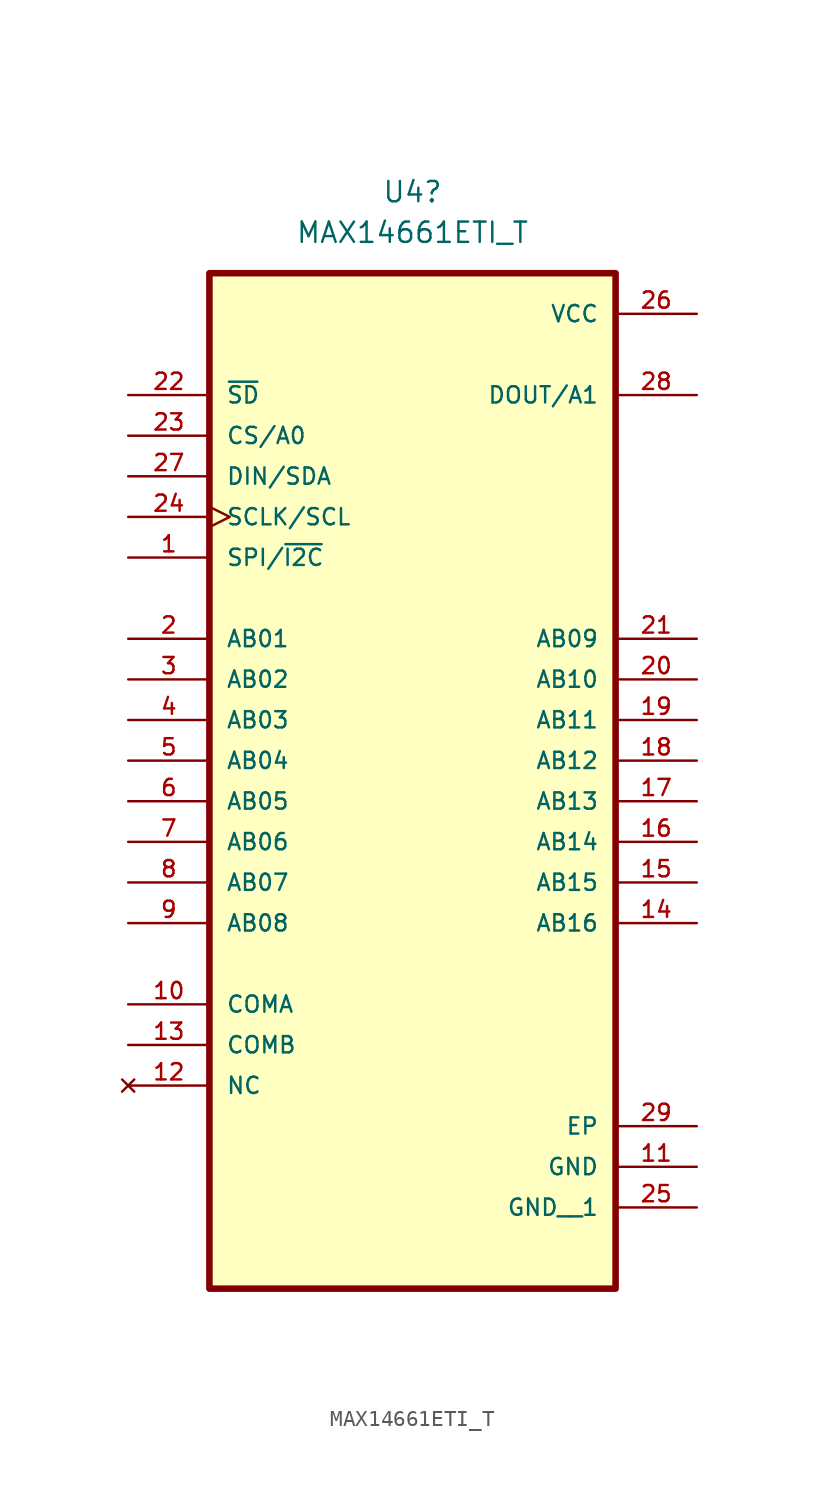
<source format=kicad_sym>
(kicad_symbol_lib
  (version 20231120)
  (generator "kicad_symbol_editor")
  (generator_version "8.0")
  (symbol "MAX14661ETI_T"
    (pin_names
      (offset 1.016))
    (property "Reference" "U4"
      (at 0 35.56 0)
      (effects (font (size 1.27 1.27))))
    (property "Value" "MAX14661ETI_T"
      (at 0 33.02 0)
      (effects (font (size 1.27 1.27))))
    (symbol "MAX14661ETI_T_0_0"
      (rectangle (start -12.7 -33.02) (end 12.7 30.48) (stroke (width 0.41) (type default)) (fill (type background)))
      (pin input line (at -17.78 12.7 0) (length 5.08) (name "SPI/~{I2C}" (effects (font (size 1.016 1.016)))) (number "1" (effects (font (size 1.016 1.016)))))
      (pin bidirectional line (at -17.78 -15.24 0) (length 5.08) (name "COMA" (effects (font (size 1.016 1.016)))) (number "10" (effects (font (size 1.016 1.016)))))
      (pin power_in line (at 17.78 -25.4 180) (length 5.08) (name "GND" (effects (font (size 1.016 1.016)))) (number "11" (effects (font (size 1.016 1.016)))))
      (pin bidirectional line (at -17.78 -17.78 0) (length 5.08) (name "COMB" (effects (font (size 1.016 1.016)))) (number "13" (effects (font (size 1.016 1.016)))))
      (pin bidirectional line (at 17.78 -10.16 180) (length 5.08) (name "AB16" (effects (font (size 1.016 1.016)))) (number "14" (effects (font (size 1.016 1.016)))))
      (pin bidirectional line (at 17.78 -7.62 180) (length 5.08) (name "AB15" (effects (font (size 1.016 1.016)))) (number "15" (effects (font (size 1.016 1.016)))))
      (pin bidirectional line (at 17.78 -5.08 180) (length 5.08) (name "AB14" (effects (font (size 1.016 1.016)))) (number "16" (effects (font (size 1.016 1.016)))))
      (pin bidirectional line (at 17.78 -2.54 180) (length 5.08) (name "AB13" (effects (font (size 1.016 1.016)))) (number "17" (effects (font (size 1.016 1.016)))))
      (pin bidirectional line (at 17.78 0 180) (length 5.08) (name "AB12" (effects (font (size 1.016 1.016)))) (number "18" (effects (font (size 1.016 1.016)))))
      (pin bidirectional line (at 17.78 2.54 180) (length 5.08) (name "AB11" (effects (font (size 1.016 1.016)))) (number "19" (effects (font (size 1.016 1.016)))))
      (pin bidirectional line (at -17.78 7.62 0) (length 5.08) (name "AB01" (effects (font (size 1.016 1.016)))) (number "2" (effects (font (size 1.016 1.016)))))
      (pin bidirectional line (at 17.78 5.08 180) (length 5.08) (name "AB10" (effects (font (size 1.016 1.016)))) (number "20" (effects (font (size 1.016 1.016)))))
      (pin bidirectional line (at 17.78 7.62 180) (length 5.08) (name "AB09" (effects (font (size 1.016 1.016)))) (number "21" (effects (font (size 1.016 1.016)))))
      (pin input line (at -17.78 22.86 0) (length 5.08) (name "~{SD}" (effects (font (size 1.016 1.016)))) (number "22" (effects (font (size 1.016 1.016)))))
      (pin input line (at -17.78 20.32 0) (length 5.08) (name "CS/A0" (effects (font (size 1.016 1.016)))) (number "23" (effects (font (size 1.016 1.016)))))
      (pin input clock (at -17.78 15.24 0) (length 5.08) (name "SCLK/SCL" (effects (font (size 1.016 1.016)))) (number "24" (effects (font (size 1.016 1.016)))))
      (pin power_in line (at 17.78 -27.94 180) (length 5.08) (name "GND__1" (effects (font (size 1.016 1.016)))) (number "25" (effects (font (size 1.016 1.016)))))
      (pin power_in line (at 17.78 27.94 180) (length 5.08) (name "VCC" (effects (font (size 1.016 1.016)))) (number "26" (effects (font (size 1.016 1.016)))))
      (pin input line (at -17.78 17.78 0) (length 5.08) (name "DIN/SDA" (effects (font (size 1.016 1.016)))) (number "27" (effects (font (size 1.016 1.016)))))
      (pin output line (at 17.78 22.86 180) (length 5.08) (name "DOUT/A1" (effects (font (size 1.016 1.016)))) (number "28" (effects (font (size 1.016 1.016)))))
      (pin power_in line (at 17.78 -22.86 180) (length 5.08) (name "EP" (effects (font (size 1.016 1.016)))) (number "29" (effects (font (size 1.016 1.016)))))
      (pin bidirectional line (at -17.78 5.08 0) (length 5.08) (name "AB02" (effects (font (size 1.016 1.016)))) (number "3" (effects (font (size 1.016 1.016)))))
      (pin bidirectional line (at -17.78 2.54 0) (length 5.08) (name "AB03" (effects (font (size 1.016 1.016)))) (number "4" (effects (font (size 1.016 1.016)))))
      (pin bidirectional line (at -17.78 0 0) (length 5.08) (name "AB04" (effects (font (size 1.016 1.016)))) (number "5" (effects (font (size 1.016 1.016)))))
      (pin bidirectional line (at -17.78 -2.54 0) (length 5.08) (name "AB05" (effects (font (size 1.016 1.016)))) (number "6" (effects (font (size 1.016 1.016)))))
      (pin bidirectional line (at -17.78 -5.08 0) (length 5.08) (name "AB06" (effects (font (size 1.016 1.016)))) (number "7" (effects (font (size 1.016 1.016)))))
      (pin bidirectional line (at -17.78 -7.62 0) (length 5.08) (name "AB07" (effects (font (size 1.016 1.016)))) (number "8" (effects (font (size 1.016 1.016)))))
      (pin bidirectional line (at -17.78 -10.16 0) (length 5.08) (name "AB08" (effects (font (size 1.016 1.016)))) (number "9" (effects (font (size 1.016 1.016))))))
    (symbol "MAX14661ETI_T_1_0"
      (pin no_connect line (at -17.78 -20.32 0) (length 5.08) (name "NC" (effects (font (size 1.016 1.016)))) (number "12" (effects (font (size 1.016 1.016))))))))
</source>
